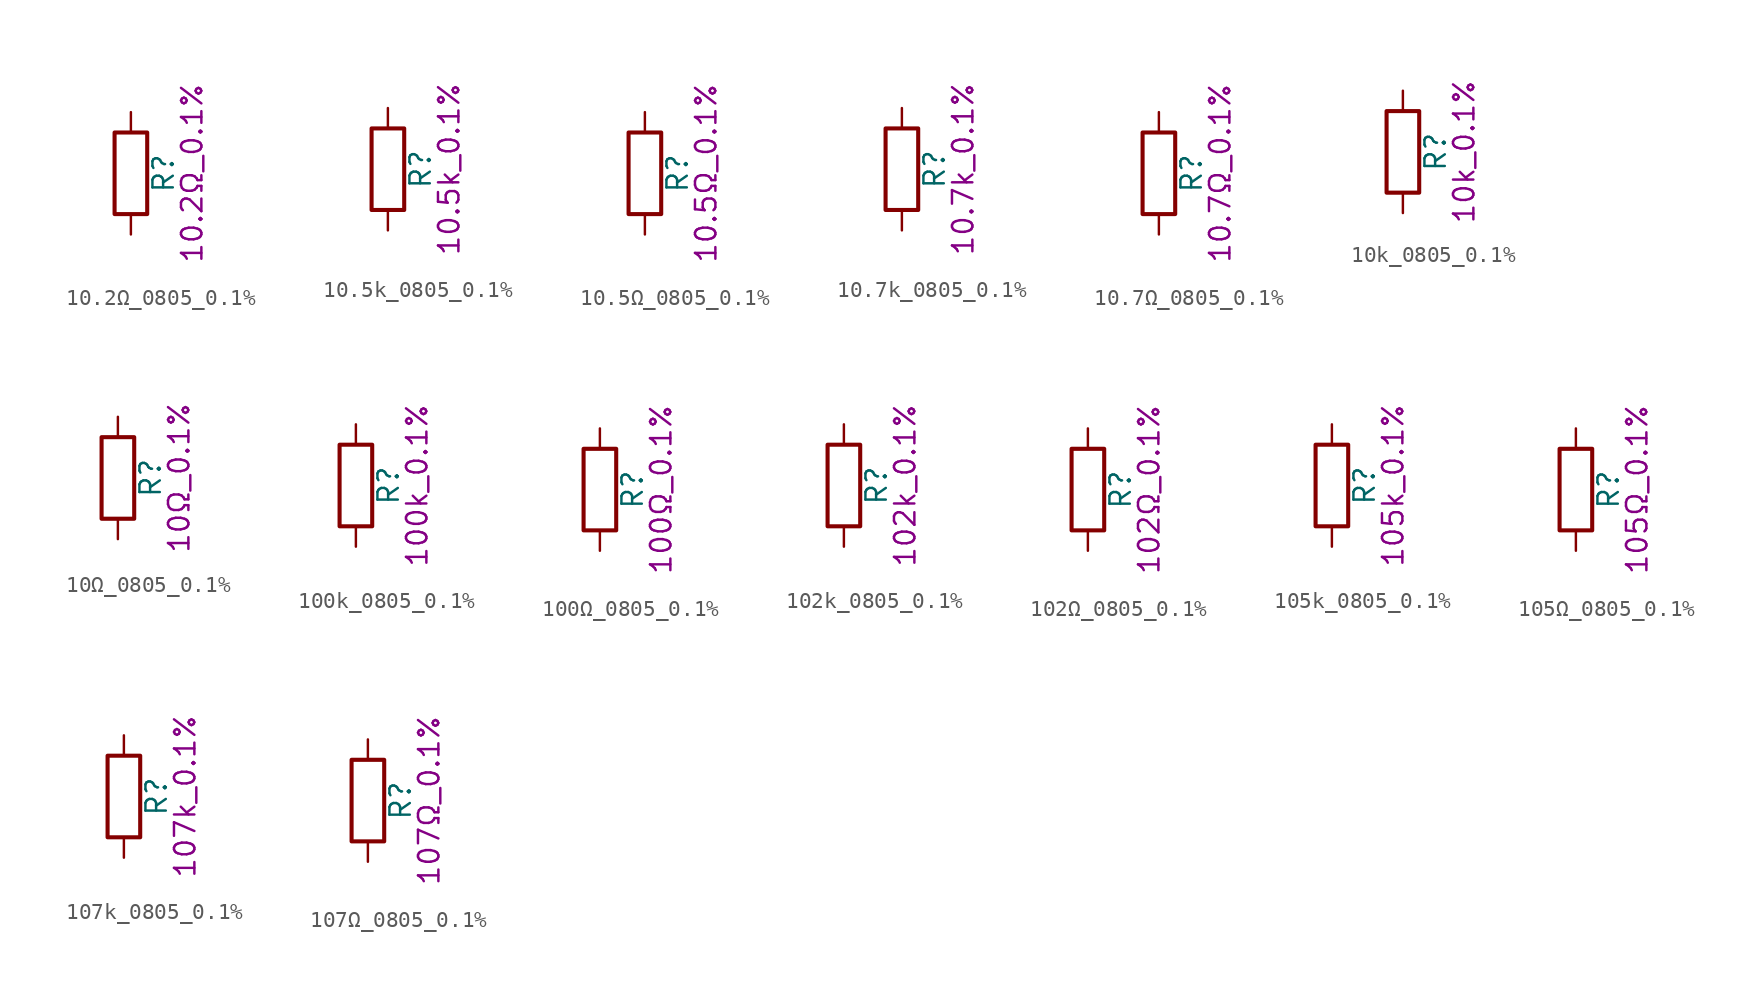
<source format=kicad_sym>
(kicad_symbol_lib
  (version 20211014)
  (generator kicad_symbol_editor)
  (symbol "10.2Ω_0805_0.1%"
    (pin_numbers hide)
    (pin_names
      (offset 0))
    (property "Reference" "R"
      (at 2.032 0 90)
      (effects (font (size 1.27 1.27))))
    (property "Display" "10.2Ω_0.1%"
      (at 3.81 0 90)
      (effects (font (size 1.27 1.27))))
    (symbol "10.2Ω_0805_0.1%_0_1"
      (rectangle (start -1.016 -2.54) (end 1.016 2.54) (stroke (width 0.254) (type default) (color 0 0 0 0)) (fill (type none))))
    (symbol "10.2Ω_0805_0.1%_1_1"
      (pin passive line (at 0 3.81 270) (length 1.27) (name "~" (effects (font (size 1.27 1.27)))) (number "1" (effects (font (size 1.27 1.27)))))
      (pin passive line (at 0 -3.81 90) (length 1.27) (name "~" (effects (font (size 1.27 1.27)))) (number "2" (effects (font (size 1.27 1.27)))))))
  (symbol "10.5k_0805_0.1%"
    (pin_numbers hide)
    (pin_names
      (offset 0))
    (property "Reference" "R"
      (at 2.032 0 90)
      (effects (font (size 1.27 1.27))))
    (property "Display" "10.5k_0.1%"
      (at 3.81 0 90)
      (effects (font (size 1.27 1.27))))
    (symbol "10.5k_0805_0.1%_0_1"
      (rectangle (start -1.016 -2.54) (end 1.016 2.54) (stroke (width 0.254) (type default) (color 0 0 0 0)) (fill (type none))))
    (symbol "10.5k_0805_0.1%_1_1"
      (pin passive line (at 0 3.81 270) (length 1.27) (name "~" (effects (font (size 1.27 1.27)))) (number "1" (effects (font (size 1.27 1.27)))))
      (pin passive line (at 0 -3.81 90) (length 1.27) (name "~" (effects (font (size 1.27 1.27)))) (number "2" (effects (font (size 1.27 1.27)))))))
  (symbol "10.5Ω_0805_0.1%"
    (pin_numbers hide)
    (pin_names
      (offset 0))
    (property "Reference" "R"
      (at 2.032 0 90)
      (effects (font (size 1.27 1.27))))
    (property "Display" "10.5Ω_0.1%"
      (at 3.81 0 90)
      (effects (font (size 1.27 1.27))))
    (symbol "10.5Ω_0805_0.1%_0_1"
      (rectangle (start -1.016 -2.54) (end 1.016 2.54) (stroke (width 0.254) (type default) (color 0 0 0 0)) (fill (type none))))
    (symbol "10.5Ω_0805_0.1%_1_1"
      (pin passive line (at 0 3.81 270) (length 1.27) (name "~" (effects (font (size 1.27 1.27)))) (number "1" (effects (font (size 1.27 1.27)))))
      (pin passive line (at 0 -3.81 90) (length 1.27) (name "~" (effects (font (size 1.27 1.27)))) (number "2" (effects (font (size 1.27 1.27)))))))
  (symbol "10.7k_0805_0.1%"
    (pin_numbers hide)
    (pin_names
      (offset 0))
    (property "Reference" "R"
      (at 2.032 0 90)
      (effects (font (size 1.27 1.27))))
    (property "Display" "10.7k_0.1%"
      (at 3.81 0 90)
      (effects (font (size 1.27 1.27))))
    (symbol "10.7k_0805_0.1%_0_1"
      (rectangle (start -1.016 -2.54) (end 1.016 2.54) (stroke (width 0.254) (type default) (color 0 0 0 0)) (fill (type none))))
    (symbol "10.7k_0805_0.1%_1_1"
      (pin passive line (at 0 3.81 270) (length 1.27) (name "~" (effects (font (size 1.27 1.27)))) (number "1" (effects (font (size 1.27 1.27)))))
      (pin passive line (at 0 -3.81 90) (length 1.27) (name "~" (effects (font (size 1.27 1.27)))) (number "2" (effects (font (size 1.27 1.27)))))))
  (symbol "10.7Ω_0805_0.1%"
    (pin_numbers hide)
    (pin_names
      (offset 0))
    (property "Reference" "R"
      (at 2.032 0 90)
      (effects (font (size 1.27 1.27))))
    (property "Display" "10.7Ω_0.1%"
      (at 3.81 0 90)
      (effects (font (size 1.27 1.27))))
    (symbol "10.7Ω_0805_0.1%_0_1"
      (rectangle (start -1.016 -2.54) (end 1.016 2.54) (stroke (width 0.254) (type default) (color 0 0 0 0)) (fill (type none))))
    (symbol "10.7Ω_0805_0.1%_1_1"
      (pin passive line (at 0 3.81 270) (length 1.27) (name "~" (effects (font (size 1.27 1.27)))) (number "1" (effects (font (size 1.27 1.27)))))
      (pin passive line (at 0 -3.81 90) (length 1.27) (name "~" (effects (font (size 1.27 1.27)))) (number "2" (effects (font (size 1.27 1.27)))))))
  (symbol "10k_0805_0.1%"
    (pin_numbers hide)
    (pin_names
      (offset 0))
    (property "Reference" "R"
      (at 2.032 0 90)
      (effects (font (size 1.27 1.27))))
    (property "Display" "10k_0.1%"
      (at 3.81 0 90)
      (effects (font (size 1.27 1.27))))
    (symbol "10k_0805_0.1%_0_1"
      (rectangle (start -1.016 -2.54) (end 1.016 2.54) (stroke (width 0.254) (type default) (color 0 0 0 0)) (fill (type none))))
    (symbol "10k_0805_0.1%_1_1"
      (pin passive line (at 0 3.81 270) (length 1.27) (name "~" (effects (font (size 1.27 1.27)))) (number "1" (effects (font (size 1.27 1.27)))))
      (pin passive line (at 0 -3.81 90) (length 1.27) (name "~" (effects (font (size 1.27 1.27)))) (number "2" (effects (font (size 1.27 1.27)))))))
  (symbol "10Ω_0805_0.1%"
    (pin_numbers hide)
    (pin_names
      (offset 0))
    (property "Reference" "R"
      (at 2.032 0 90)
      (effects (font (size 1.27 1.27))))
    (property "Display" "10Ω_0.1%"
      (at 3.81 0 90)
      (effects (font (size 1.27 1.27))))
    (symbol "10Ω_0805_0.1%_0_1"
      (rectangle (start -1.016 -2.54) (end 1.016 2.54) (stroke (width 0.254) (type default) (color 0 0 0 0)) (fill (type none))))
    (symbol "10Ω_0805_0.1%_1_1"
      (pin passive line (at 0 3.81 270) (length 1.27) (name "~" (effects (font (size 1.27 1.27)))) (number "1" (effects (font (size 1.27 1.27)))))
      (pin passive line (at 0 -3.81 90) (length 1.27) (name "~" (effects (font (size 1.27 1.27)))) (number "2" (effects (font (size 1.27 1.27)))))))
  (symbol "100k_0805_0.1%"
    (pin_numbers hide)
    (pin_names
      (offset 0))
    (property "Reference" "R"
      (at 2.032 0 90)
      (effects (font (size 1.27 1.27))))
    (property "Display" "100k_0.1%"
      (at 3.81 0 90)
      (effects (font (size 1.27 1.27))))
    (symbol "100k_0805_0.1%_0_1"
      (rectangle (start -1.016 -2.54) (end 1.016 2.54) (stroke (width 0.254) (type default) (color 0 0 0 0)) (fill (type none))))
    (symbol "100k_0805_0.1%_1_1"
      (pin passive line (at 0 3.81 270) (length 1.27) (name "~" (effects (font (size 1.27 1.27)))) (number "1" (effects (font (size 1.27 1.27)))))
      (pin passive line (at 0 -3.81 90) (length 1.27) (name "~" (effects (font (size 1.27 1.27)))) (number "2" (effects (font (size 1.27 1.27)))))))
  (symbol "100Ω_0805_0.1%"
    (pin_numbers hide)
    (pin_names
      (offset 0))
    (property "Reference" "R"
      (at 2.032 0 90)
      (effects (font (size 1.27 1.27))))
    (property "Display" "100Ω_0.1%"
      (at 3.81 0 90)
      (effects (font (size 1.27 1.27))))
    (symbol "100Ω_0805_0.1%_0_1"
      (rectangle (start -1.016 -2.54) (end 1.016 2.54) (stroke (width 0.254) (type default) (color 0 0 0 0)) (fill (type none))))
    (symbol "100Ω_0805_0.1%_1_1"
      (pin passive line (at 0 3.81 270) (length 1.27) (name "~" (effects (font (size 1.27 1.27)))) (number "1" (effects (font (size 1.27 1.27)))))
      (pin passive line (at 0 -3.81 90) (length 1.27) (name "~" (effects (font (size 1.27 1.27)))) (number "2" (effects (font (size 1.27 1.27)))))))
  (symbol "102k_0805_0.1%"
    (pin_numbers hide)
    (pin_names
      (offset 0))
    (property "Reference" "R"
      (at 2.032 0 90)
      (effects (font (size 1.27 1.27))))
    (property "Display" "102k_0.1%"
      (at 3.81 0 90)
      (effects (font (size 1.27 1.27))))
    (symbol "102k_0805_0.1%_0_1"
      (rectangle (start -1.016 -2.54) (end 1.016 2.54) (stroke (width 0.254) (type default) (color 0 0 0 0)) (fill (type none))))
    (symbol "102k_0805_0.1%_1_1"
      (pin passive line (at 0 3.81 270) (length 1.27) (name "~" (effects (font (size 1.27 1.27)))) (number "1" (effects (font (size 1.27 1.27)))))
      (pin passive line (at 0 -3.81 90) (length 1.27) (name "~" (effects (font (size 1.27 1.27)))) (number "2" (effects (font (size 1.27 1.27)))))))
  (symbol "102Ω_0805_0.1%"
    (pin_numbers hide)
    (pin_names
      (offset 0))
    (property "Reference" "R"
      (at 2.032 0 90)
      (effects (font (size 1.27 1.27))))
    (property "Display" "102Ω_0.1%"
      (at 3.81 0 90)
      (effects (font (size 1.27 1.27))))
    (symbol "102Ω_0805_0.1%_0_1"
      (rectangle (start -1.016 -2.54) (end 1.016 2.54) (stroke (width 0.254) (type default) (color 0 0 0 0)) (fill (type none))))
    (symbol "102Ω_0805_0.1%_1_1"
      (pin passive line (at 0 3.81 270) (length 1.27) (name "~" (effects (font (size 1.27 1.27)))) (number "1" (effects (font (size 1.27 1.27)))))
      (pin passive line (at 0 -3.81 90) (length 1.27) (name "~" (effects (font (size 1.27 1.27)))) (number "2" (effects (font (size 1.27 1.27)))))))
  (symbol "105k_0805_0.1%"
    (pin_numbers hide)
    (pin_names
      (offset 0))
    (property "Reference" "R"
      (at 2.032 0 90)
      (effects (font (size 1.27 1.27))))
    (property "Display" "105k_0.1%"
      (at 3.81 0 90)
      (effects (font (size 1.27 1.27))))
    (symbol "105k_0805_0.1%_0_1"
      (rectangle (start -1.016 -2.54) (end 1.016 2.54) (stroke (width 0.254) (type default) (color 0 0 0 0)) (fill (type none))))
    (symbol "105k_0805_0.1%_1_1"
      (pin passive line (at 0 3.81 270) (length 1.27) (name "~" (effects (font (size 1.27 1.27)))) (number "1" (effects (font (size 1.27 1.27)))))
      (pin passive line (at 0 -3.81 90) (length 1.27) (name "~" (effects (font (size 1.27 1.27)))) (number "2" (effects (font (size 1.27 1.27)))))))
  (symbol "105Ω_0805_0.1%"
    (pin_numbers hide)
    (pin_names
      (offset 0))
    (property "Reference" "R"
      (at 2.032 0 90)
      (effects (font (size 1.27 1.27))))
    (property "Display" "105Ω_0.1%"
      (at 3.81 0 90)
      (effects (font (size 1.27 1.27))))
    (symbol "105Ω_0805_0.1%_0_1"
      (rectangle (start -1.016 -2.54) (end 1.016 2.54) (stroke (width 0.254) (type default) (color 0 0 0 0)) (fill (type none))))
    (symbol "105Ω_0805_0.1%_1_1"
      (pin passive line (at 0 3.81 270) (length 1.27) (name "~" (effects (font (size 1.27 1.27)))) (number "1" (effects (font (size 1.27 1.27)))))
      (pin passive line (at 0 -3.81 90) (length 1.27) (name "~" (effects (font (size 1.27 1.27)))) (number "2" (effects (font (size 1.27 1.27)))))))
  (symbol "107k_0805_0.1%"
    (pin_numbers hide)
    (pin_names
      (offset 0))
    (property "Reference" "R"
      (at 2.032 0 90)
      (effects (font (size 1.27 1.27))))
    (property "Display" "107k_0.1%"
      (at 3.81 0 90)
      (effects (font (size 1.27 1.27))))
    (symbol "107k_0805_0.1%_0_1"
      (rectangle (start -1.016 -2.54) (end 1.016 2.54) (stroke (width 0.254) (type default) (color 0 0 0 0)) (fill (type none))))
    (symbol "107k_0805_0.1%_1_1"
      (pin passive line (at 0 3.81 270) (length 1.27) (name "~" (effects (font (size 1.27 1.27)))) (number "1" (effects (font (size 1.27 1.27)))))
      (pin passive line (at 0 -3.81 90) (length 1.27) (name "~" (effects (font (size 1.27 1.27)))) (number "2" (effects (font (size 1.27 1.27)))))))
  (symbol "107Ω_0805_0.1%"
    (pin_numbers hide)
    (pin_names
      (offset 0))
    (property "Reference" "R"
      (at 2.032 0 90)
      (effects (font (size 1.27 1.27))))
    (property "Display" "107Ω_0.1%"
      (at 3.81 0 90)
      (effects (font (size 1.27 1.27))))
    (symbol "107Ω_0805_0.1%_0_1"
      (rectangle (start -1.016 -2.54) (end 1.016 2.54) (stroke (width 0.254) (type default) (color 0 0 0 0)) (fill (type none))))
    (symbol "107Ω_0805_0.1%_1_1"
      (pin passive line (at 0 3.81 270) (length 1.27) (name "~" (effects (font (size 1.27 1.27)))) (number "1" (effects (font (size 1.27 1.27)))))
      (pin passive line (at 0 -3.81 90) (length 1.27) (name "~" (effects (font (size 1.27 1.27)))) (number "2" (effects (font (size 1.27 1.27))))))))
</source>
